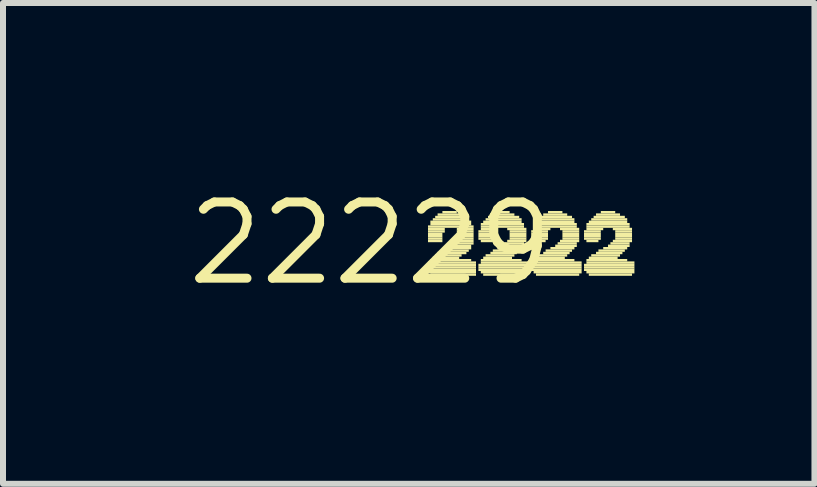
<source format=kicad_pcb>
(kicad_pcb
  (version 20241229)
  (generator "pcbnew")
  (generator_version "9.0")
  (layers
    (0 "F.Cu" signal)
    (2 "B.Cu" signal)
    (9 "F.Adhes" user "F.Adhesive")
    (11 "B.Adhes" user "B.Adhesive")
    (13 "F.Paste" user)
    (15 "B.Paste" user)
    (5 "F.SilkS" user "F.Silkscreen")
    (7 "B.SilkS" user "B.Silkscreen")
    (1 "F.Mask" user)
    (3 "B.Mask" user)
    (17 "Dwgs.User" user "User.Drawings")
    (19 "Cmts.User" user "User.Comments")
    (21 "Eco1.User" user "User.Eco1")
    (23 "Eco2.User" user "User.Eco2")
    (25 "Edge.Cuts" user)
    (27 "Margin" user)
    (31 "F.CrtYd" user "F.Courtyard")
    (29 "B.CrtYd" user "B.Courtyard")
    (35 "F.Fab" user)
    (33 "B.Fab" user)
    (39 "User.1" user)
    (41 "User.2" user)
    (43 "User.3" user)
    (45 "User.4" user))
  (footprint "22229"
    (layer "F.Cu")
    (at 3.122 1.006)
    (property "Reference" "22229" (at 0 0 0) (layer "F.SilkS") (effects (font (size 1.27 1.27) (thickness 0.15))))
    (fp_poly (pts (xy 0.96 -0.26) (xy 1.72 -0.26) (xy 1.72 -0.3) (xy 0.96 -0.3)) (stroke (width 0) (type solid)) (fill yes) (layer "F.SilkS"))
    (fp_poly (pts (xy 0.96 -0.22) (xy 1.24 -0.22) (xy 1.24 -0.26) (xy 0.96 -0.26)) (stroke (width 0) (type solid)) (fill yes) (layer "F.SilkS"))
    (fp_poly (pts (xy 0.96 -0.18) (xy 1.24 -0.18) (xy 1.24 -0.22) (xy 0.96 -0.22)) (stroke (width 0) (type solid)) (fill yes) (layer "F.SilkS"))
    (fp_poly (pts (xy 0.96 -0.14) (xy 1.2 -0.14) (xy 1.2 -0.18) (xy 0.96 -0.18)) (stroke (width 0) (type solid)) (fill yes) (layer "F.SilkS"))
    (fp_poly (pts (xy 0.96 -0.1) (xy 1.2 -0.1) (xy 1.2 -0.14) (xy 0.96 -0.14)) (stroke (width 0) (type solid)) (fill yes) (layer "F.SilkS"))
    (fp_poly (pts (xy 0.96 -0.06) (xy 1.2 -0.06) (xy 1.2 -0.1) (xy 0.96 -0.1)) (stroke (width 0) (type solid)) (fill yes) (layer "F.SilkS"))
    (fp_poly (pts (xy 0.96 -0.02) (xy 1.2 -0.02) (xy 1.2 -0.06) (xy 0.96 -0.06)) (stroke (width 0) (type solid)) (fill yes) (layer "F.SilkS"))
    (fp_poly (pts (xy 0.96 0.34) (xy 1.76 0.34) (xy 1.76 0.3) (xy 0.96 0.3)) (stroke (width 0) (type solid)) (fill yes) (layer "F.SilkS"))
    (fp_poly (pts (xy 0.96 0.38) (xy 1.76 0.38) (xy 1.76 0.34) (xy 0.96 0.34)) (stroke (width 0) (type solid)) (fill yes) (layer "F.SilkS"))
    (fp_poly (pts (xy 0.96 0.42) (xy 1.76 0.42) (xy 1.76 0.38) (xy 0.96 0.38)) (stroke (width 0) (type solid)) (fill yes) (layer "F.SilkS"))
    (fp_poly (pts (xy 0.96 0.46) (xy 1.76 0.46) (xy 1.76 0.42) (xy 0.96 0.42)) (stroke (width 0) (type solid)) (fill yes) (layer "F.SilkS"))
    (fp_poly (pts (xy 0.96 0.5) (xy 1.76 0.5) (xy 1.76 0.46) (xy 0.96 0.46)) (stroke (width 0) (type solid)) (fill yes) (layer "F.SilkS"))
    (fp_poly (pts (xy 1 -0.34) (xy 1.68 -0.34) (xy 1.68 -0.38) (xy 1 -0.38)) (stroke (width 0) (type solid)) (fill yes) (layer "F.SilkS"))
    (fp_poly (pts (xy 1 -0.3) (xy 1.68 -0.3) (xy 1.68 -0.34) (xy 1 -0.34)) (stroke (width 0) (type solid)) (fill yes) (layer "F.SilkS"))
    (fp_poly (pts (xy 1 0.3) (xy 1.68 0.3) (xy 1.68 0.26) (xy 1 0.26)) (stroke (width 0) (type solid)) (fill yes) (layer "F.SilkS"))
    (fp_poly (pts (xy 1 0.54) (xy 1.76 0.54) (xy 1.76 0.5) (xy 1 0.5)) (stroke (width 0) (type solid)) (fill yes) (layer "F.SilkS"))
    (fp_poly (pts (xy 1.04 -0.38) (xy 1.64 -0.38) (xy 1.64 -0.42) (xy 1.04 -0.42)) (stroke (width 0) (type solid)) (fill yes) (layer "F.SilkS"))
    (fp_poly (pts (xy 1.04 0.26) (xy 1.48 0.26) (xy 1.48 0.22) (xy 1.04 0.22)) (stroke (width 0) (type solid)) (fill yes) (layer "F.SilkS"))
    (fp_poly (pts (xy 1.08 -0.42) (xy 1.6 -0.42) (xy 1.6 -0.46) (xy 1.08 -0.46)) (stroke (width 0) (type solid)) (fill yes) (layer "F.SilkS"))
    (fp_poly (pts (xy 1.08 0.22) (xy 1.52 0.22) (xy 1.52 0.18) (xy 1.08 0.18)) (stroke (width 0) (type solid)) (fill yes) (layer "F.SilkS"))
    (fp_poly (pts (xy 1.12 -0.46) (xy 1.56 -0.46) (xy 1.56 -0.5) (xy 1.12 -0.5)) (stroke (width 0) (type solid)) (fill yes) (layer "F.SilkS"))
    (fp_poly (pts (xy 1.12 0.18) (xy 1.6 0.18) (xy 1.6 0.14) (xy 1.12 0.14)) (stroke (width 0) (type solid)) (fill yes) (layer "F.SilkS"))
    (fp_poly (pts (xy 1.2 -0.5) (xy 1.44 -0.5) (xy 1.44 -0.54) (xy 1.2 -0.54)) (stroke (width 0) (type solid)) (fill yes) (layer "F.SilkS"))
    (fp_poly (pts (xy 1.2 0.14) (xy 1.64 0.14) (xy 1.64 0.1) (xy 1.2 0.1)) (stroke (width 0) (type solid)) (fill yes) (layer "F.SilkS"))
    (fp_poly (pts (xy 1.24 0.1) (xy 1.68 0.1) (xy 1.68 0.06) (xy 1.24 0.06)) (stroke (width 0) (type solid)) (fill yes) (layer "F.SilkS"))
    (fp_poly (pts (xy 1.32 0.06) (xy 1.68 0.06) (xy 1.68 0.02) (xy 1.32 0.02)) (stroke (width 0) (type solid)) (fill yes) (layer "F.SilkS"))
    (fp_poly (pts (xy 1.36 0.02) (xy 1.72 0.02) (xy 1.72 -0.02) (xy 1.36 -0.02)) (stroke (width 0) (type solid)) (fill yes) (layer "F.SilkS"))
    (fp_poly (pts (xy 1.4 -0.02) (xy 1.72 -0.02) (xy 1.72 -0.06) (xy 1.4 -0.06)) (stroke (width 0) (type solid)) (fill yes) (layer "F.SilkS"))
    (fp_poly (pts (xy 1.44 -0.22) (xy 1.72 -0.22) (xy 1.72 -0.26) (xy 1.44 -0.26)) (stroke (width 0) (type solid)) (fill yes) (layer "F.SilkS"))
    (fp_poly (pts (xy 1.44 -0.18) (xy 1.72 -0.18) (xy 1.72 -0.22) (xy 1.44 -0.22)) (stroke (width 0) (type solid)) (fill yes) (layer "F.SilkS"))
    (fp_poly (pts (xy 1.44 -0.1) (xy 1.72 -0.1) (xy 1.72 -0.14) (xy 1.44 -0.14)) (stroke (width 0) (type solid)) (fill yes) (layer "F.SilkS"))
    (fp_poly (pts (xy 1.44 -0.06) (xy 1.72 -0.06) (xy 1.72 -0.1) (xy 1.44 -0.1)) (stroke (width 0) (type solid)) (fill yes) (layer "F.SilkS"))
    (fp_poly (pts (xy 1.48 -0.14) (xy 1.72 -0.14) (xy 1.72 -0.18) (xy 1.48 -0.18)) (stroke (width 0) (type solid)) (fill yes) (layer "F.SilkS"))
    (fp_poly (pts (xy 1.8 -0.18) (xy 2.08 -0.18) (xy 2.08 -0.22) (xy 1.8 -0.22)) (stroke (width 0) (type solid)) (fill yes) (layer "F.SilkS"))
    (fp_poly (pts (xy 1.8 -0.14) (xy 2.08 -0.14) (xy 2.08 -0.18) (xy 1.8 -0.18)) (stroke (width 0) (type solid)) (fill yes) (layer "F.SilkS"))
    (fp_poly (pts (xy 1.8 -0.1) (xy 2.08 -0.1) (xy 2.08 -0.14) (xy 1.8 -0.14)) (stroke (width 0) (type solid)) (fill yes) (layer "F.SilkS"))
    (fp_poly (pts (xy 1.8 -0.06) (xy 2.08 -0.06) (xy 2.08 -0.1) (xy 1.8 -0.1)) (stroke (width 0) (type solid)) (fill yes) (layer "F.SilkS"))
    (fp_poly (pts (xy 1.8 0.38) (xy 2.64 0.38) (xy 2.64 0.34) (xy 1.8 0.34)) (stroke (width 0) (type solid)) (fill yes) (layer "F.SilkS"))
    (fp_poly (pts (xy 1.8 0.42) (xy 2.64 0.42) (xy 2.64 0.38) (xy 1.8 0.38)) (stroke (width 0) (type solid)) (fill yes) (layer "F.SilkS"))
    (fp_poly (pts (xy 1.8 0.46) (xy 2.64 0.46) (xy 2.64 0.42) (xy 1.8 0.42)) (stroke (width 0) (type solid)) (fill yes) (layer "F.SilkS"))
    (fp_poly (pts (xy 1.84 -0.3) (xy 2.56 -0.3) (xy 2.56 -0.34) (xy 1.84 -0.34)) (stroke (width 0) (type solid)) (fill yes) (layer "F.SilkS"))
    (fp_poly (pts (xy 1.84 -0.26) (xy 2.56 -0.26) (xy 2.56 -0.3) (xy 1.84 -0.3)) (stroke (width 0) (type solid)) (fill yes) (layer "F.SilkS"))
    (fp_poly (pts (xy 1.84 -0.22) (xy 2.12 -0.22) (xy 2.12 -0.26) (xy 1.84 -0.26)) (stroke (width 0) (type solid)) (fill yes) (layer "F.SilkS"))
    (fp_poly (pts (xy 1.84 -0.02) (xy 2.04 -0.02) (xy 2.04 -0.06) (xy 1.84 -0.06)) (stroke (width 0) (type solid)) (fill yes) (layer "F.SilkS"))
    (fp_poly (pts (xy 1.84 0.3) (xy 2.52 0.3) (xy 2.52 0.26) (xy 1.84 0.26)) (stroke (width 0) (type solid)) (fill yes) (layer "F.SilkS"))
    (fp_poly (pts (xy 1.84 0.34) (xy 2.64 0.34) (xy 2.64 0.3) (xy 1.84 0.3)) (stroke (width 0) (type solid)) (fill yes) (layer "F.SilkS"))
    (fp_poly (pts (xy 1.84 0.5) (xy 2.64 0.5) (xy 2.64 0.46) (xy 1.84 0.46)) (stroke (width 0) (type solid)) (fill yes) (layer "F.SilkS"))
    (fp_poly (pts (xy 1.88 -0.34) (xy 2.52 -0.34) (xy 2.52 -0.38) (xy 1.88 -0.38)) (stroke (width 0) (type solid)) (fill yes) (layer "F.SilkS"))
    (fp_poly (pts (xy 1.88 0.26) (xy 2.36 0.26) (xy 2.36 0.22) (xy 1.88 0.22)) (stroke (width 0) (type solid)) (fill yes) (layer "F.SilkS"))
    (fp_poly (pts (xy 1.88 0.54) (xy 2.6 0.54) (xy 2.6 0.5) (xy 1.88 0.5)) (stroke (width 0) (type solid)) (fill yes) (layer "F.SilkS"))
    (fp_poly (pts (xy 1.92 -0.38) (xy 2.52 -0.38) (xy 2.52 -0.42) (xy 1.92 -0.42)) (stroke (width 0) (type solid)) (fill yes) (layer "F.SilkS"))
    (fp_poly (pts (xy 1.92 0.22) (xy 2.4 0.22) (xy 2.4 0.18) (xy 1.92 0.18)) (stroke (width 0) (type solid)) (fill yes) (layer "F.SilkS"))
    (fp_poly (pts (xy 1.96 -0.42) (xy 2.48 -0.42) (xy 2.48 -0.46) (xy 1.96 -0.46)) (stroke (width 0) (type solid)) (fill yes) (layer "F.SilkS"))
    (fp_poly (pts (xy 2 -0.46) (xy 2.4 -0.46) (xy 2.4 -0.5) (xy 2 -0.5)) (stroke (width 0) (type solid)) (fill yes) (layer "F.SilkS"))
    (fp_poly (pts (xy 2 0.18) (xy 2.44 0.18) (xy 2.44 0.14) (xy 2 0.14)) (stroke (width 0) (type solid)) (fill yes) (layer "F.SilkS"))
    (fp_poly (pts (xy 2.04 0.14) (xy 2.48 0.14) (xy 2.48 0.1) (xy 2.04 0.1)) (stroke (width 0) (type solid)) (fill yes) (layer "F.SilkS"))
    (fp_poly (pts (xy 2.08 -0.5) (xy 2.32 -0.5) (xy 2.32 -0.54) (xy 2.08 -0.54)) (stroke (width 0) (type solid)) (fill yes) (layer "F.SilkS"))
    (fp_poly (pts (xy 2.12 0.1) (xy 2.52 0.1) (xy 2.52 0.06) (xy 2.12 0.06)) (stroke (width 0) (type solid)) (fill yes) (layer "F.SilkS"))
    (fp_poly (pts (xy 2.2 0.06) (xy 2.56 0.06) (xy 2.56 0.02) (xy 2.2 0.02)) (stroke (width 0) (type solid)) (fill yes) (layer "F.SilkS"))
    (fp_poly (pts (xy 2.24 0.02) (xy 2.56 0.02) (xy 2.56 -0.02) (xy 2.24 -0.02)) (stroke (width 0) (type solid)) (fill yes) (layer "F.SilkS"))
    (fp_poly (pts (xy 2.28 -0.22) (xy 2.6 -0.22) (xy 2.6 -0.26) (xy 2.28 -0.26)) (stroke (width 0) (type solid)) (fill yes) (layer "F.SilkS"))
    (fp_poly (pts (xy 2.28 -0.02) (xy 2.6 -0.02) (xy 2.6 -0.06) (xy 2.28 -0.06)) (stroke (width 0) (type solid)) (fill yes) (layer "F.SilkS"))
    (fp_poly (pts (xy 2.32 -0.18) (xy 2.6 -0.18) (xy 2.6 -0.22) (xy 2.32 -0.22)) (stroke (width 0) (type solid)) (fill yes) (layer "F.SilkS"))
    (fp_poly (pts (xy 2.32 -0.14) (xy 2.6 -0.14) (xy 2.6 -0.18) (xy 2.32 -0.18)) (stroke (width 0) (type solid)) (fill yes) (layer "F.SilkS"))
    (fp_poly (pts (xy 2.32 -0.1) (xy 2.6 -0.1) (xy 2.6 -0.14) (xy 2.32 -0.14)) (stroke (width 0) (type solid)) (fill yes) (layer "F.SilkS"))
    (fp_poly (pts (xy 2.32 -0.06) (xy 2.6 -0.06) (xy 2.6 -0.1) (xy 2.32 -0.1)) (stroke (width 0) (type solid)) (fill yes) (layer "F.SilkS"))
    (fp_poly (pts (xy 2.68 -0.18) (xy 2.96 -0.18) (xy 2.96 -0.22) (xy 2.68 -0.22)) (stroke (width 0) (type solid)) (fill yes) (layer "F.SilkS"))
    (fp_poly (pts (xy 2.68 -0.14) (xy 2.96 -0.14) (xy 2.96 -0.18) (xy 2.68 -0.18)) (stroke (width 0) (type solid)) (fill yes) (layer "F.SilkS"))
    (fp_poly (pts (xy 2.68 -0.1) (xy 2.96 -0.1) (xy 2.96 -0.14) (xy 2.68 -0.14)) (stroke (width 0) (type solid)) (fill yes) (layer "F.SilkS"))
    (fp_poly (pts (xy 2.68 -0.06) (xy 2.96 -0.06) (xy 2.96 -0.1) (xy 2.68 -0.1)) (stroke (width 0) (type solid)) (fill yes) (layer "F.SilkS"))
    (fp_poly (pts (xy 2.68 0.38) (xy 3.52 0.38) (xy 3.52 0.34) (xy 2.68 0.34)) (stroke (width 0) (type solid)) (fill yes) (layer "F.SilkS"))
    (fp_poly (pts (xy 2.68 0.42) (xy 3.52 0.42) (xy 3.52 0.38) (xy 2.68 0.38)) (stroke (width 0) (type solid)) (fill yes) (layer "F.SilkS"))
    (fp_poly (pts (xy 2.68 0.46) (xy 3.52 0.46) (xy 3.52 0.42) (xy 2.68 0.42)) (stroke (width 0) (type solid)) (fill yes) (layer "F.SilkS"))
    (fp_poly (pts (xy 2.72 -0.3) (xy 3.44 -0.3) (xy 3.44 -0.34) (xy 2.72 -0.34)) (stroke (width 0) (type solid)) (fill yes) (layer "F.SilkS"))
    (fp_poly (pts (xy 2.72 -0.26) (xy 3.44 -0.26) (xy 3.44 -0.3) (xy 2.72 -0.3)) (stroke (width 0) (type solid)) (fill yes) (layer "F.SilkS"))
    (fp_poly (pts (xy 2.72 -0.22) (xy 3 -0.22) (xy 3 -0.26) (xy 2.72 -0.26)) (stroke (width 0) (type solid)) (fill yes) (layer "F.SilkS"))
    (fp_poly (pts (xy 2.72 -0.02) (xy 2.92 -0.02) (xy 2.92 -0.06) (xy 2.72 -0.06)) (stroke (width 0) (type solid)) (fill yes) (layer "F.SilkS"))
    (fp_poly (pts (xy 2.72 0.3) (xy 3.4 0.3) (xy 3.4 0.26) (xy 2.72 0.26)) (stroke (width 0) (type solid)) (fill yes) (layer "F.SilkS"))
    (fp_poly (pts (xy 2.72 0.34) (xy 3.52 0.34) (xy 3.52 0.3) (xy 2.72 0.3)) (stroke (width 0) (type solid)) (fill yes) (layer "F.SilkS"))
    (fp_poly (pts (xy 2.72 0.5) (xy 3.52 0.5) (xy 3.52 0.46) (xy 2.72 0.46)) (stroke (width 0) (type solid)) (fill yes) (layer "F.SilkS"))
    (fp_poly (pts (xy 2.76 -0.34) (xy 3.4 -0.34) (xy 3.4 -0.38) (xy 2.76 -0.38)) (stroke (width 0) (type solid)) (fill yes) (layer "F.SilkS"))
    (fp_poly (pts (xy 2.76 0.26) (xy 3.24 0.26) (xy 3.24 0.22) (xy 2.76 0.22)) (stroke (width 0) (type solid)) (fill yes) (layer "F.SilkS"))
    (fp_poly (pts (xy 2.76 0.54) (xy 3.48 0.54) (xy 3.48 0.5) (xy 2.76 0.5)) (stroke (width 0) (type solid)) (fill yes) (layer "F.SilkS"))
    (fp_poly (pts (xy 2.8 -0.38) (xy 3.4 -0.38) (xy 3.4 -0.42) (xy 2.8 -0.42)) (stroke (width 0) (type solid)) (fill yes) (layer "F.SilkS"))
    (fp_poly (pts (xy 2.8 0.22) (xy 3.28 0.22) (xy 3.28 0.18) (xy 2.8 0.18)) (stroke (width 0) (type solid)) (fill yes) (layer "F.SilkS"))
    (fp_poly (pts (xy 2.84 -0.42) (xy 3.36 -0.42) (xy 3.36 -0.46) (xy 2.84 -0.46)) (stroke (width 0) (type solid)) (fill yes) (layer "F.SilkS"))
    (fp_poly (pts (xy 2.88 -0.46) (xy 3.28 -0.46) (xy 3.28 -0.5) (xy 2.88 -0.5)) (stroke (width 0) (type solid)) (fill yes) (layer "F.SilkS"))
    (fp_poly (pts (xy 2.88 0.18) (xy 3.32 0.18) (xy 3.32 0.14) (xy 2.88 0.14)) (stroke (width 0) (type solid)) (fill yes) (layer "F.SilkS"))
    (fp_poly (pts (xy 2.92 0.14) (xy 3.36 0.14) (xy 3.36 0.1) (xy 2.92 0.1)) (stroke (width 0) (type solid)) (fill yes) (layer "F.SilkS"))
    (fp_poly (pts (xy 2.96 -0.5) (xy 3.2 -0.5) (xy 3.2 -0.54) (xy 2.96 -0.54)) (stroke (width 0) (type solid)) (fill yes) (layer "F.SilkS"))
    (fp_poly (pts (xy 3 0.1) (xy 3.4 0.1) (xy 3.4 0.06) (xy 3 0.06)) (stroke (width 0) (type solid)) (fill yes) (layer "F.SilkS"))
    (fp_poly (pts (xy 3.08 0.06) (xy 3.44 0.06) (xy 3.44 0.02) (xy 3.08 0.02)) (stroke (width 0) (type solid)) (fill yes) (layer "F.SilkS"))
    (fp_poly (pts (xy 3.12 0.02) (xy 3.44 0.02) (xy 3.44 -0.02) (xy 3.12 -0.02)) (stroke (width 0) (type solid)) (fill yes) (layer "F.SilkS"))
    (fp_poly (pts (xy 3.16 -0.22) (xy 3.48 -0.22) (xy 3.48 -0.26) (xy 3.16 -0.26)) (stroke (width 0) (type solid)) (fill yes) (layer "F.SilkS"))
    (fp_poly (pts (xy 3.16 -0.02) (xy 3.48 -0.02) (xy 3.48 -0.06) (xy 3.16 -0.06)) (stroke (width 0) (type solid)) (fill yes) (layer "F.SilkS"))
    (fp_poly (pts (xy 3.2 -0.18) (xy 3.48 -0.18) (xy 3.48 -0.22) (xy 3.2 -0.22)) (stroke (width 0) (type solid)) (fill yes) (layer "F.SilkS"))
    (fp_poly (pts (xy 3.2 -0.14) (xy 3.48 -0.14) (xy 3.48 -0.18) (xy 3.2 -0.18)) (stroke (width 0) (type solid)) (fill yes) (layer "F.SilkS"))
    (fp_poly (pts (xy 3.2 -0.1) (xy 3.48 -0.1) (xy 3.48 -0.14) (xy 3.2 -0.14)) (stroke (width 0) (type solid)) (fill yes) (layer "F.SilkS"))
    (fp_poly (pts (xy 3.2 -0.06) (xy 3.48 -0.06) (xy 3.48 -0.1) (xy 3.2 -0.1)) (stroke (width 0) (type solid)) (fill yes) (layer "F.SilkS"))
    (fp_poly (pts (xy 3.56 -0.18) (xy 3.84 -0.18) (xy 3.84 -0.22) (xy 3.56 -0.22)) (stroke (width 0) (type solid)) (fill yes) (layer "F.SilkS"))
    (fp_poly (pts (xy 3.56 -0.14) (xy 3.84 -0.14) (xy 3.84 -0.18) (xy 3.56 -0.18)) (stroke (width 0) (type solid)) (fill yes) (layer "F.SilkS"))
    (fp_poly (pts (xy 3.56 -0.1) (xy 3.84 -0.1) (xy 3.84 -0.14) (xy 3.56 -0.14)) (stroke (width 0) (type solid)) (fill yes) (layer "F.SilkS"))
    (fp_poly (pts (xy 3.56 -0.06) (xy 3.84 -0.06) (xy 3.84 -0.1) (xy 3.56 -0.1)) (stroke (width 0) (type solid)) (fill yes) (layer "F.SilkS"))
    (fp_poly (pts (xy 3.56 0.38) (xy 4.4 0.38) (xy 4.4 0.34) (xy 3.56 0.34)) (stroke (width 0) (type solid)) (fill yes) (layer "F.SilkS"))
    (fp_poly (pts (xy 3.56 0.42) (xy 4.4 0.42) (xy 4.4 0.38) (xy 3.56 0.38)) (stroke (width 0) (type solid)) (fill yes) (layer "F.SilkS"))
    (fp_poly (pts (xy 3.56 0.46) (xy 4.4 0.46) (xy 4.4 0.42) (xy 3.56 0.42)) (stroke (width 0) (type solid)) (fill yes) (layer "F.SilkS"))
    (fp_poly (pts (xy 3.6 -0.3) (xy 4.32 -0.3) (xy 4.32 -0.34) (xy 3.6 -0.34)) (stroke (width 0) (type solid)) (fill yes) (layer "F.SilkS"))
    (fp_poly (pts (xy 3.6 -0.26) (xy 4.32 -0.26) (xy 4.32 -0.3) (xy 3.6 -0.3)) (stroke (width 0) (type solid)) (fill yes) (layer "F.SilkS"))
    (fp_poly (pts (xy 3.6 -0.22) (xy 3.88 -0.22) (xy 3.88 -0.26) (xy 3.6 -0.26)) (stroke (width 0) (type solid)) (fill yes) (layer "F.SilkS"))
    (fp_poly (pts (xy 3.6 -0.02) (xy 3.8 -0.02) (xy 3.8 -0.06) (xy 3.6 -0.06)) (stroke (width 0) (type solid)) (fill yes) (layer "F.SilkS"))
    (fp_poly (pts (xy 3.6 0.3) (xy 4.28 0.3) (xy 4.28 0.26) (xy 3.6 0.26)) (stroke (width 0) (type solid)) (fill yes) (layer "F.SilkS"))
    (fp_poly (pts (xy 3.6 0.34) (xy 4.4 0.34) (xy 4.4 0.3) (xy 3.6 0.3)) (stroke (width 0) (type solid)) (fill yes) (layer "F.SilkS"))
    (fp_poly (pts (xy 3.6 0.5) (xy 4.4 0.5) (xy 4.4 0.46) (xy 3.6 0.46)) (stroke (width 0) (type solid)) (fill yes) (layer "F.SilkS"))
    (fp_poly (pts (xy 3.64 -0.34) (xy 4.28 -0.34) (xy 4.28 -0.38) (xy 3.64 -0.38)) (stroke (width 0) (type solid)) (fill yes) (layer "F.SilkS"))
    (fp_poly (pts (xy 3.64 0.26) (xy 4.12 0.26) (xy 4.12 0.22) (xy 3.64 0.22)) (stroke (width 0) (type solid)) (fill yes) (layer "F.SilkS"))
    (fp_poly (pts (xy 3.64 0.54) (xy 4.36 0.54) (xy 4.36 0.5) (xy 3.64 0.5)) (stroke (width 0) (type solid)) (fill yes) (layer "F.SilkS"))
    (fp_poly (pts (xy 3.68 -0.38) (xy 4.28 -0.38) (xy 4.28 -0.42) (xy 3.68 -0.42)) (stroke (width 0) (type solid)) (fill yes) (layer "F.SilkS"))
    (fp_poly (pts (xy 3.68 0.22) (xy 4.16 0.22) (xy 4.16 0.18) (xy 3.68 0.18)) (stroke (width 0) (type solid)) (fill yes) (layer "F.SilkS"))
    (fp_poly (pts (xy 3.72 -0.42) (xy 4.24 -0.42) (xy 4.24 -0.46) (xy 3.72 -0.46)) (stroke (width 0) (type solid)) (fill yes) (layer "F.SilkS"))
    (fp_poly (pts (xy 3.76 -0.46) (xy 4.16 -0.46) (xy 4.16 -0.5) (xy 3.76 -0.5)) (stroke (width 0) (type solid)) (fill yes) (layer "F.SilkS"))
    (fp_poly (pts (xy 3.76 0.18) (xy 4.2 0.18) (xy 4.2 0.14) (xy 3.76 0.14)) (stroke (width 0) (type solid)) (fill yes) (layer "F.SilkS"))
    (fp_poly (pts (xy 3.8 0.14) (xy 4.24 0.14) (xy 4.24 0.1) (xy 3.8 0.1)) (stroke (width 0) (type solid)) (fill yes) (layer "F.SilkS"))
    (fp_poly (pts (xy 3.84 -0.5) (xy 4.08 -0.5) (xy 4.08 -0.54) (xy 3.84 -0.54)) (stroke (width 0) (type solid)) (fill yes) (layer "F.SilkS"))
    (fp_poly (pts (xy 3.88 0.1) (xy 4.28 0.1) (xy 4.28 0.06) (xy 3.88 0.06)) (stroke (width 0) (type solid)) (fill yes) (layer "F.SilkS"))
    (fp_poly (pts (xy 3.96 0.06) (xy 4.32 0.06) (xy 4.32 0.02) (xy 3.96 0.02)) (stroke (width 0) (type solid)) (fill yes) (layer "F.SilkS"))
    (fp_poly (pts (xy 4 0.02) (xy 4.32 0.02) (xy 4.32 -0.02) (xy 4 -0.02)) (stroke (width 0) (type solid)) (fill yes) (layer "F.SilkS"))
    (fp_poly (pts (xy 4.04 -0.22) (xy 4.36 -0.22) (xy 4.36 -0.26) (xy 4.04 -0.26)) (stroke (width 0) (type solid)) (fill yes) (layer "F.SilkS"))
    (fp_poly (pts (xy 4.04 -0.02) (xy 4.36 -0.02) (xy 4.36 -0.06) (xy 4.04 -0.06)) (stroke (width 0) (type solid)) (fill yes) (layer "F.SilkS"))
    (fp_poly (pts (xy 4.08 -0.18) (xy 4.36 -0.18) (xy 4.36 -0.22) (xy 4.08 -0.22)) (stroke (width 0) (type solid)) (fill yes) (layer "F.SilkS"))
    (fp_poly (pts (xy 4.08 -0.14) (xy 4.36 -0.14) (xy 4.36 -0.18) (xy 4.08 -0.18)) (stroke (width 0) (type solid)) (fill yes) (layer "F.SilkS"))
    (fp_poly (pts (xy 4.08 -0.1) (xy 4.36 -0.1) (xy 4.36 -0.14) (xy 4.08 -0.14)) (stroke (width 0) (type solid)) (fill yes) (layer "F.SilkS"))
    (fp_poly (pts (xy 4.08 -0.06) (xy 4.36 -0.06) (xy 4.36 -0.1) (xy 4.08 -0.1)) (stroke (width 0) (type solid)) (fill yes) (layer "F.SilkS")))
  (gr_rect
    (start -3 -3)
    (end 10.522 5.012)
    (stroke (width 0.1) (type default))
    (fill no)
    (layer "Edge.Cuts")))
</source>
